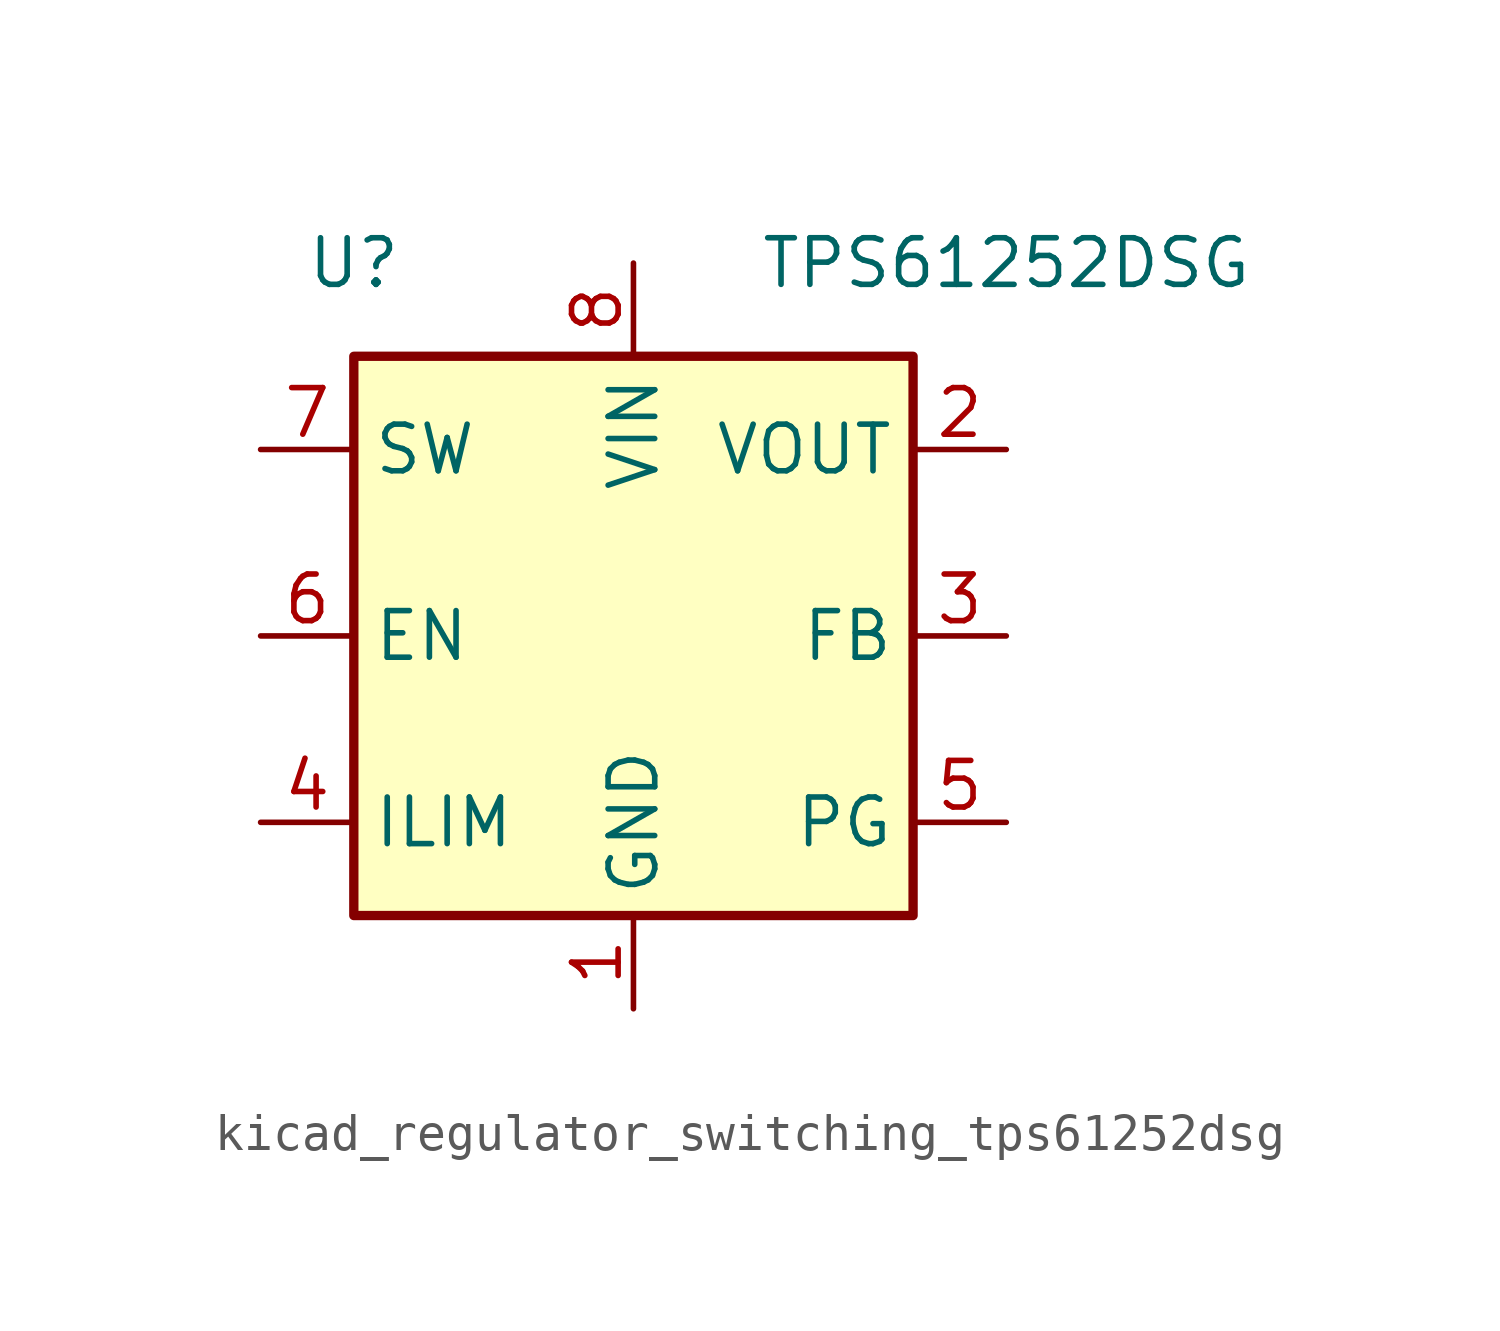
<source format=kicad_sym>
(kicad_symbol_lib
  (version 20220914)
  (generator kicad_symbol_editor)
  (symbol "kicad_regulator_switching_tps61252dsg"
    (property "Reference" "U"
      (at -7.62 10.16 0)
      (effects (font (size 1.27 1.27))))
    (property "Value" "TPS61252DSG"
      (at 10.16 10.16 0)
      (effects (font (size 1.27 1.27))))
    (symbol "kicad_regulator_switching_tps61252dsg_1_1"
      (rectangle (start -7.62 7.62) (end 7.62 -7.62) (stroke (width 0.254) (type default)) (fill (type background)))
      (pin power_in line (at 0 -10.16 90) (length 2.54) (name "GND" (effects (font (size 1.27 1.27)))) (number "1" (effects (font (size 1.27 1.27)))))
      (pin power_out line (at 10.16 5.08 180) (length 2.54) (name "VOUT" (effects (font (size 1.27 1.27)))) (number "2" (effects (font (size 1.27 1.27)))))
      (pin input line (at 10.16 0 180) (length 2.54) (name "FB" (effects (font (size 1.27 1.27)))) (number "3" (effects (font (size 1.27 1.27)))))
      (pin input line (at -10.16 -5.08 0) (length 2.54) (name "ILIM" (effects (font (size 1.27 1.27)))) (number "4" (effects (font (size 1.27 1.27)))))
      (pin open_collector line (at 10.16 -5.08 180) (length 2.54) (name "PG" (effects (font (size 1.27 1.27)))) (number "5" (effects (font (size 1.27 1.27)))))
      (pin input line (at -10.16 0 0) (length 2.54) (name "EN" (effects (font (size 1.27 1.27)))) (number "6" (effects (font (size 1.27 1.27)))))
      (pin passive line (at -10.16 5.08 0) (length 2.54) (name "SW" (effects (font (size 1.27 1.27)))) (number "7" (effects (font (size 1.27 1.27)))))
      (pin power_in line (at 0 10.16 270) (length 2.54) (name "VIN" (effects (font (size 1.27 1.27)))) (number "8" (effects (font (size 1.27 1.27)))))
      (pin passive line (at 0 -10.16 90) (length 2.54) hide (name "GND" (effects (font (size 1.27 1.27)))) (number "9" (effects (font (size 1.27 1.27))))))))
</source>
